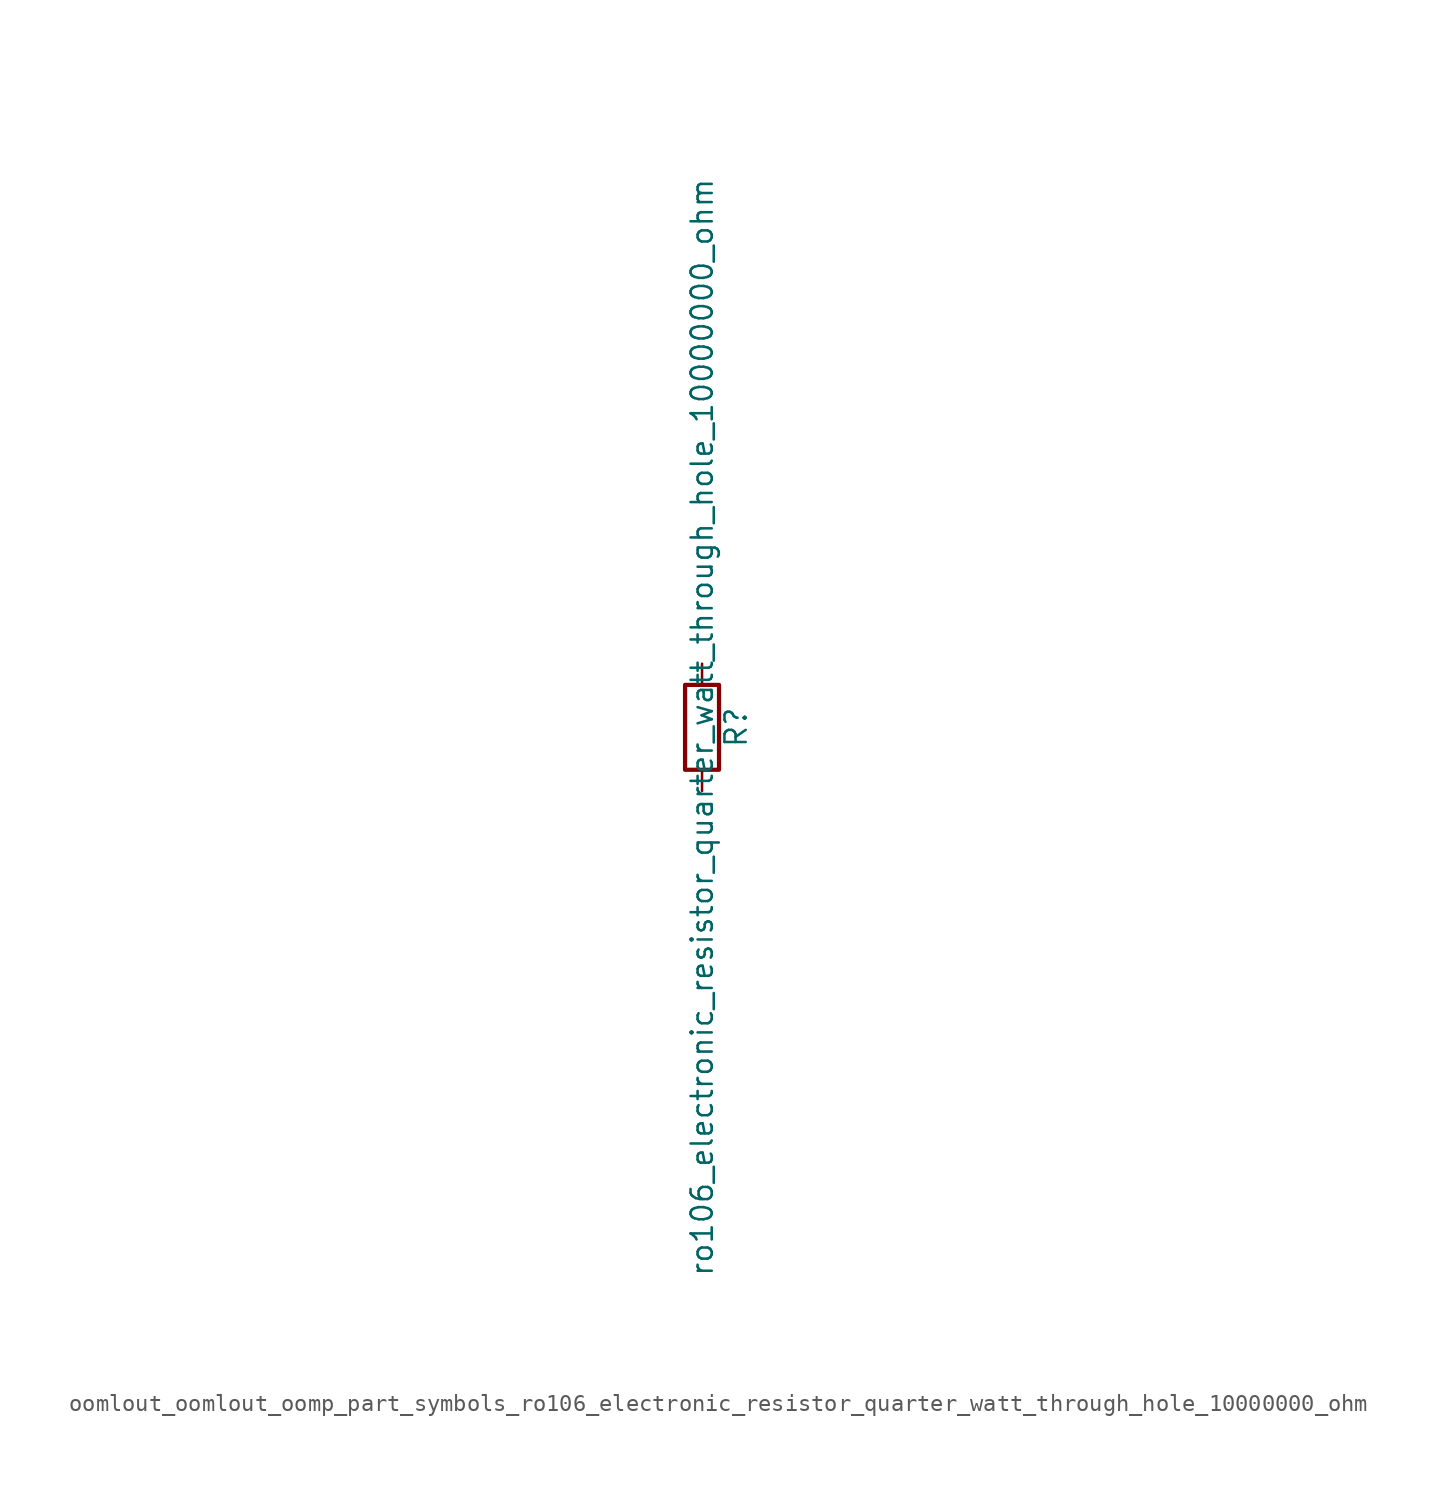
<source format=kicad_sym>
(kicad_symbol_lib
  (version 20220914)
  (generator kicad_symbol_editor)
  (symbol "oomlout_oomlout_oomp_part_symbols_ro106_electronic_resistor_quarter_watt_through_hole_10000000_ohm"
    (pin_numbers hide)
    (pin_names
      (offset 0))
    (property "Reference" "R"
      (at 2.032 0 90)
      (effects (font (size 1.27 1.27))))
    (property "Value" "ro106_electronic_resistor_quarter_watt_through_hole_10000000_ohm"
      (at 0 0 90)
      (effects (font (size 1.27 1.27))))
    (symbol "oomlout_oomlout_oomp_part_symbols_ro106_electronic_resistor_quarter_watt_through_hole_10000000_ohm_0_1"
      (rectangle (start -1.016 -2.54) (end 1.016 2.54) (stroke (width 0.254) (type default)) (fill (type none))))
    (symbol "oomlout_oomlout_oomp_part_symbols_ro106_electronic_resistor_quarter_watt_through_hole_10000000_ohm_1_1"
      (pin passive line (at 0 3.81 270) (length 1.27) (name "~" (effects (font (size 1.27 1.27)))) (number "1" (effects (font (size 1.27 1.27)))))
      (pin passive line (at 0 -3.81 90) (length 1.27) (name "~" (effects (font (size 1.27 1.27)))) (number "2" (effects (font (size 1.27 1.27))))))))
</source>
